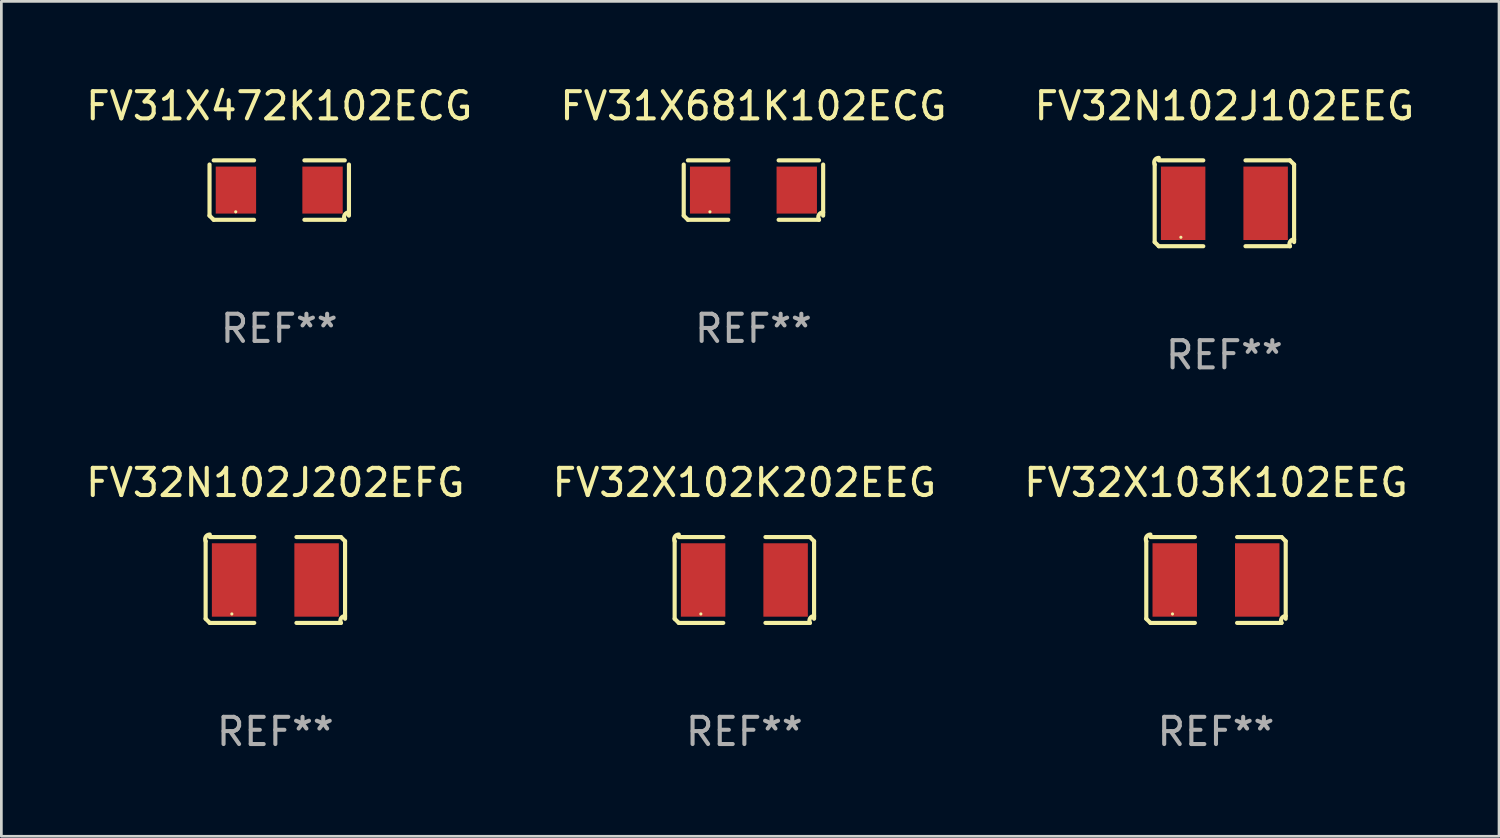
<source format=kicad_pcb>
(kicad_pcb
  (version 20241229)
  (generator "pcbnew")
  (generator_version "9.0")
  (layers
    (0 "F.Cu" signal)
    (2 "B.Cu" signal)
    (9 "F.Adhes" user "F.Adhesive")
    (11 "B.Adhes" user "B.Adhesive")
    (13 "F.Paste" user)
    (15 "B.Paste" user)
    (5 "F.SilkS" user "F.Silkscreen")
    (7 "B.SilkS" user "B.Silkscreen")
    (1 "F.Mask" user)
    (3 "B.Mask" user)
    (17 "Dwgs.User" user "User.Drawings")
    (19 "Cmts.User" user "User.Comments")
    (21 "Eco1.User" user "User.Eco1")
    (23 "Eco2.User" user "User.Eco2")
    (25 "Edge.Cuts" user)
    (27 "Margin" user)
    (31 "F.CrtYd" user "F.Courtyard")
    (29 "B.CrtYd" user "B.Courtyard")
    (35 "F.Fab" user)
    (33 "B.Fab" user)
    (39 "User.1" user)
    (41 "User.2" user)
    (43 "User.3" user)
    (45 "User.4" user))
  (footprint "FV32X103K102EEG"
    (layer "F.Cu")
    (at 41.673 18.281)
    (property "Reference" "FV32X103K102EEG" (at 0 -3.579 0) (layer "F.SilkS") (effects (font (size 1 1) (thickness 0.15))))
    (attr through_hole)
    (fp_line (start -2.564 1.426) (end -2.564 -1.426) (stroke (width 0.152) (type solid)) (layer "F.SilkS"))
    (fp_line (start -2.411 -1.579) (end -0.776 -1.579) (stroke (width 0.152) (type solid)) (layer "F.SilkS"))
    (fp_line (start -0.776 1.579) (end -2.411 1.579) (stroke (width 0.152) (type solid)) (layer "F.SilkS"))
    (fp_line (start 0.776 1.579) (end 2.411 1.579) (stroke (width 0.152) (type solid)) (layer "F.SilkS"))
    (fp_line (start 2.411 -1.579) (end 0.776 -1.579) (stroke (width 0.152) (type solid)) (layer "F.SilkS"))
    (fp_line (start 2.564 1.426) (end 2.564 -1.426) (stroke (width 0.152) (type solid)) (layer "F.SilkS"))
    (fp_arc (start -2.563602 -1.426213) (mid -2.555597 -1.591233) (end -2.411201 -1.671518) (stroke (width 0.1524) (type solid)) (layer "F.SilkS"))
    (fp_arc (start -2.5636 1.426214) (mid -2.487389 1.502402) (end -2.411201 1.578613) (stroke (width 0.1524) (type solid)) (layer "F.SilkS"))
    (fp_arc (start 2.411197 -1.578618) (mid 2.487403 -1.502419) (end 2.563602 -1.426213) (stroke (width 0.1524) (type solid)) (layer "F.SilkS"))
    (fp_arc (start 2.411201 1.578613) (mid 2.416214 1.409455) (end 2.563602 1.32629) (stroke (width 0.1524) (type solid)) (layer "F.SilkS"))
    (fp_circle (center -1.6 1.25) (end -1.57 1.25) (stroke (width 0.06) (type solid)) (fill no) (layer "F.SilkS"))
    (fp_text user "REF**" (at 0 5.579 0) (layer "F.Fab") (effects (font (size 1 1) (thickness 0.15))))
    (pad "1" smd rect (at -1.517 0) (size 1.635 2.7) (layers "F.Cu" "F.Mask" "F.Paste"))
    (pad "2" smd rect (at 1.517 0) (size 1.635 2.7) (layers "F.Cu" "F.Mask" "F.Paste")))
  (footprint "FV31X472K102ECG"
    (layer "F.Cu")
    (at 7.22 3.941)
    (property "Reference" "FV31X472K102ECG" (at 0 -3.093 0) (layer "F.SilkS") (effects (font (size 1 1) (thickness 0.15))))
    (attr through_hole)
    (fp_line (start -2.564 0.94) (end -2.564 -0.94) (stroke (width 0.152) (type solid)) (layer "F.SilkS"))
    (fp_line (start -2.411 -1.093) (end -0.926 -1.093) (stroke (width 0.152) (type solid)) (layer "F.SilkS"))
    (fp_line (start -0.926 1.093) (end -2.411 1.093) (stroke (width 0.152) (type solid)) (layer "F.SilkS"))
    (fp_line (start 0.926 1.093) (end 2.411 1.093) (stroke (width 0.152) (type solid)) (layer "F.SilkS"))
    (fp_line (start 2.411 -1.093) (end 0.926 -1.093) (stroke (width 0.152) (type solid)) (layer "F.SilkS"))
    (fp_line (start 2.564 0.94) (end 2.564 -0.94) (stroke (width 0.152) (type solid)) (layer "F.SilkS"))
    (fp_arc (start -2.411201 1.092609) (mid -2.487413 1.01642) (end -2.563602 0.940208) (stroke (width 0.1524) (type solid)) (layer "F.SilkS"))
    (fp_arc (start 2.411201 1.092609) (mid 2.407159 0.911226) (end 2.563602 0.819347) (stroke (width 0.1524) (type solid)) (layer "F.SilkS"))
    (fp_circle (center -1.6 0.8) (end -1.57 0.8) (stroke (width 0.06) (type solid)) (fill no) (layer "F.SilkS"))
    (fp_text user "REF**" (at 0 5.093 0) (layer "F.Fab") (effects (font (size 1 1) (thickness 0.15))))
    (pad "1" smd rect (at -1.593 0) (size 1.485 1.728) (layers "F.Cu" "F.Mask" "F.Paste"))
    (pad "2" smd rect (at 1.593 0) (size 1.485 1.728) (layers "F.Cu" "F.Mask" "F.Paste")))
  (footprint "FV32X102K202EEG"
    (layer "F.Cu")
    (at 24.327 18.281)
    (property "Reference" "FV32X102K202EEG" (at 0 -3.579 0) (layer "F.SilkS") (effects (font (size 1 1) (thickness 0.15))))
    (attr through_hole)
    (fp_line (start -2.564 1.426) (end -2.564 -1.426) (stroke (width 0.152) (type solid)) (layer "F.SilkS"))
    (fp_line (start -2.411 -1.579) (end -0.776 -1.579) (stroke (width 0.152) (type solid)) (layer "F.SilkS"))
    (fp_line (start -0.776 1.579) (end -2.411 1.579) (stroke (width 0.152) (type solid)) (layer "F.SilkS"))
    (fp_line (start 0.776 1.579) (end 2.411 1.579) (stroke (width 0.152) (type solid)) (layer "F.SilkS"))
    (fp_line (start 2.411 -1.579) (end 0.776 -1.579) (stroke (width 0.152) (type solid)) (layer "F.SilkS"))
    (fp_line (start 2.564 1.426) (end 2.564 -1.426) (stroke (width 0.152) (type solid)) (layer "F.SilkS"))
    (fp_arc (start -2.563602 -1.426213) (mid -2.555597 -1.591233) (end -2.411201 -1.671518) (stroke (width 0.1524) (type solid)) (layer "F.SilkS"))
    (fp_arc (start -2.5636 1.426214) (mid -2.487389 1.502402) (end -2.411201 1.578613) (stroke (width 0.1524) (type solid)) (layer "F.SilkS"))
    (fp_arc (start 2.411197 -1.578618) (mid 2.487403 -1.502419) (end 2.563602 -1.426213) (stroke (width 0.1524) (type solid)) (layer "F.SilkS"))
    (fp_arc (start 2.411201 1.578613) (mid 2.416214 1.409455) (end 2.563602 1.32629) (stroke (width 0.1524) (type solid)) (layer "F.SilkS"))
    (fp_circle (center -1.6 1.25) (end -1.57 1.25) (stroke (width 0.06) (type solid)) (fill no) (layer "F.SilkS"))
    (fp_text user "REF**" (at 0 5.579 0) (layer "F.Fab") (effects (font (size 1 1) (thickness 0.15))))
    (pad "1" smd rect (at -1.517 0) (size 1.635 2.7) (layers "F.Cu" "F.Mask" "F.Paste"))
    (pad "2" smd rect (at 1.517 0) (size 1.635 2.7) (layers "F.Cu" "F.Mask" "F.Paste")))
  (footprint "FV32N102J202EFG"
    (layer "F.Cu")
    (at 7.077 18.281)
    (property "Reference" "FV32N102J202EFG" (at 0 -3.579 0) (layer "F.SilkS") (effects (font (size 1 1) (thickness 0.15))))
    (attr through_hole)
    (fp_line (start -2.564 1.426) (end -2.564 -1.426) (stroke (width 0.152) (type solid)) (layer "F.SilkS"))
    (fp_line (start -2.411 -1.579) (end -0.776 -1.579) (stroke (width 0.152) (type solid)) (layer "F.SilkS"))
    (fp_line (start -0.776 1.579) (end -2.411 1.579) (stroke (width 0.152) (type solid)) (layer "F.SilkS"))
    (fp_line (start 0.776 1.579) (end 2.411 1.579) (stroke (width 0.152) (type solid)) (layer "F.SilkS"))
    (fp_line (start 2.411 -1.579) (end 0.776 -1.579) (stroke (width 0.152) (type solid)) (layer "F.SilkS"))
    (fp_line (start 2.564 1.426) (end 2.564 -1.426) (stroke (width 0.152) (type solid)) (layer "F.SilkS"))
    (fp_arc (start -2.563602 -1.426213) (mid -2.555597 -1.591233) (end -2.411201 -1.671518) (stroke (width 0.1524) (type solid)) (layer "F.SilkS"))
    (fp_arc (start -2.5636 1.426214) (mid -2.487389 1.502402) (end -2.411201 1.578613) (stroke (width 0.1524) (type solid)) (layer "F.SilkS"))
    (fp_arc (start 2.411197 -1.578618) (mid 2.487403 -1.502419) (end 2.563602 -1.426213) (stroke (width 0.1524) (type solid)) (layer "F.SilkS"))
    (fp_arc (start 2.411201 1.578613) (mid 2.416214 1.409455) (end 2.563602 1.32629) (stroke (width 0.1524) (type solid)) (layer "F.SilkS"))
    (fp_circle (center -1.6 1.25) (end -1.57 1.25) (stroke (width 0.06) (type solid)) (fill no) (layer "F.SilkS"))
    (fp_text user "REF**" (at 0 5.579 0) (layer "F.Fab") (effects (font (size 1 1) (thickness 0.15))))
    (pad "1" smd rect (at -1.517 0) (size 1.635 2.7) (layers "F.Cu" "F.Mask" "F.Paste"))
    (pad "2" smd rect (at 1.517 0) (size 1.635 2.7) (layers "F.Cu" "F.Mask" "F.Paste")))
  (footprint "FV32N102J102EEG"
    (layer "F.Cu")
    (at 41.982 4.427)
    (property "Reference" "FV32N102J102EEG" (at 0 -3.579 0) (layer "F.SilkS") (effects (font (size 1 1) (thickness 0.15))))
    (attr through_hole)
    (fp_line (start -2.564 1.426) (end -2.564 -1.426) (stroke (width 0.152) (type solid)) (layer "F.SilkS"))
    (fp_line (start -2.411 -1.579) (end -0.776 -1.579) (stroke (width 0.152) (type solid)) (layer "F.SilkS"))
    (fp_line (start -0.776 1.579) (end -2.411 1.579) (stroke (width 0.152) (type solid)) (layer "F.SilkS"))
    (fp_line (start 0.776 1.579) (end 2.411 1.579) (stroke (width 0.152) (type solid)) (layer "F.SilkS"))
    (fp_line (start 2.411 -1.579) (end 0.776 -1.579) (stroke (width 0.152) (type solid)) (layer "F.SilkS"))
    (fp_line (start 2.564 1.426) (end 2.564 -1.426) (stroke (width 0.152) (type solid)) (layer "F.SilkS"))
    (fp_arc (start -2.563602 -1.426213) (mid -2.555597 -1.591233) (end -2.411201 -1.671518) (stroke (width 0.1524) (type solid)) (layer "F.SilkS"))
    (fp_arc (start -2.5636 1.426214) (mid -2.487389 1.502402) (end -2.411201 1.578613) (stroke (width 0.1524) (type solid)) (layer "F.SilkS"))
    (fp_arc (start 2.411197 -1.578618) (mid 2.487403 -1.502419) (end 2.563602 -1.426213) (stroke (width 0.1524) (type solid)) (layer "F.SilkS"))
    (fp_arc (start 2.411201 1.578613) (mid 2.416214 1.409455) (end 2.563602 1.32629) (stroke (width 0.1524) (type solid)) (layer "F.SilkS"))
    (fp_circle (center -1.6 1.25) (end -1.57 1.25) (stroke (width 0.06) (type solid)) (fill no) (layer "F.SilkS"))
    (fp_text user "REF**" (at 0 5.579 0) (layer "F.Fab") (effects (font (size 1 1) (thickness 0.15))))
    (pad "1" smd rect (at -1.517 0) (size 1.635 2.7) (layers "F.Cu" "F.Mask" "F.Paste"))
    (pad "2" smd rect (at 1.517 0) (size 1.635 2.7) (layers "F.Cu" "F.Mask" "F.Paste")))
  (footprint "FV31X681K102ECG"
    (layer "F.Cu")
    (at 24.661 3.941)
    (property "Reference" "FV31X681K102ECG" (at 0 -3.093 0) (layer "F.SilkS") (effects (font (size 1 1) (thickness 0.15))))
    (attr through_hole)
    (fp_line (start -2.564 0.94) (end -2.564 -0.94) (stroke (width 0.152) (type solid)) (layer "F.SilkS"))
    (fp_line (start -2.411 -1.093) (end -0.926 -1.093) (stroke (width 0.152) (type solid)) (layer "F.SilkS"))
    (fp_line (start -0.926 1.093) (end -2.411 1.093) (stroke (width 0.152) (type solid)) (layer "F.SilkS"))
    (fp_line (start 0.926 1.093) (end 2.411 1.093) (stroke (width 0.152) (type solid)) (layer "F.SilkS"))
    (fp_line (start 2.411 -1.093) (end 0.926 -1.093) (stroke (width 0.152) (type solid)) (layer "F.SilkS"))
    (fp_line (start 2.564 0.94) (end 2.564 -0.94) (stroke (width 0.152) (type solid)) (layer "F.SilkS"))
    (fp_arc (start -2.411201 1.092609) (mid -2.487413 1.01642) (end -2.563602 0.940208) (stroke (width 0.1524) (type solid)) (layer "F.SilkS"))
    (fp_arc (start 2.411201 1.092609) (mid 2.407159 0.911226) (end 2.563602 0.819347) (stroke (width 0.1524) (type solid)) (layer "F.SilkS"))
    (fp_circle (center -1.6 0.8) (end -1.57 0.8) (stroke (width 0.06) (type solid)) (fill no) (layer "F.SilkS"))
    (fp_text user "REF**" (at 0 5.093 0) (layer "F.Fab") (effects (font (size 1 1) (thickness 0.15))))
    (pad "1" smd rect (at -1.593 0) (size 1.485 1.728) (layers "F.Cu" "F.Mask" "F.Paste"))
    (pad "2" smd rect (at 1.593 0) (size 1.485 1.728) (layers "F.Cu" "F.Mask" "F.Paste")))
  (gr_rect
    (start -3 -3)
    (end 52.083 27.707)
    (stroke (width 0.1) (type default))
    (fill no)
    (layer "Edge.Cuts")))
</source>
